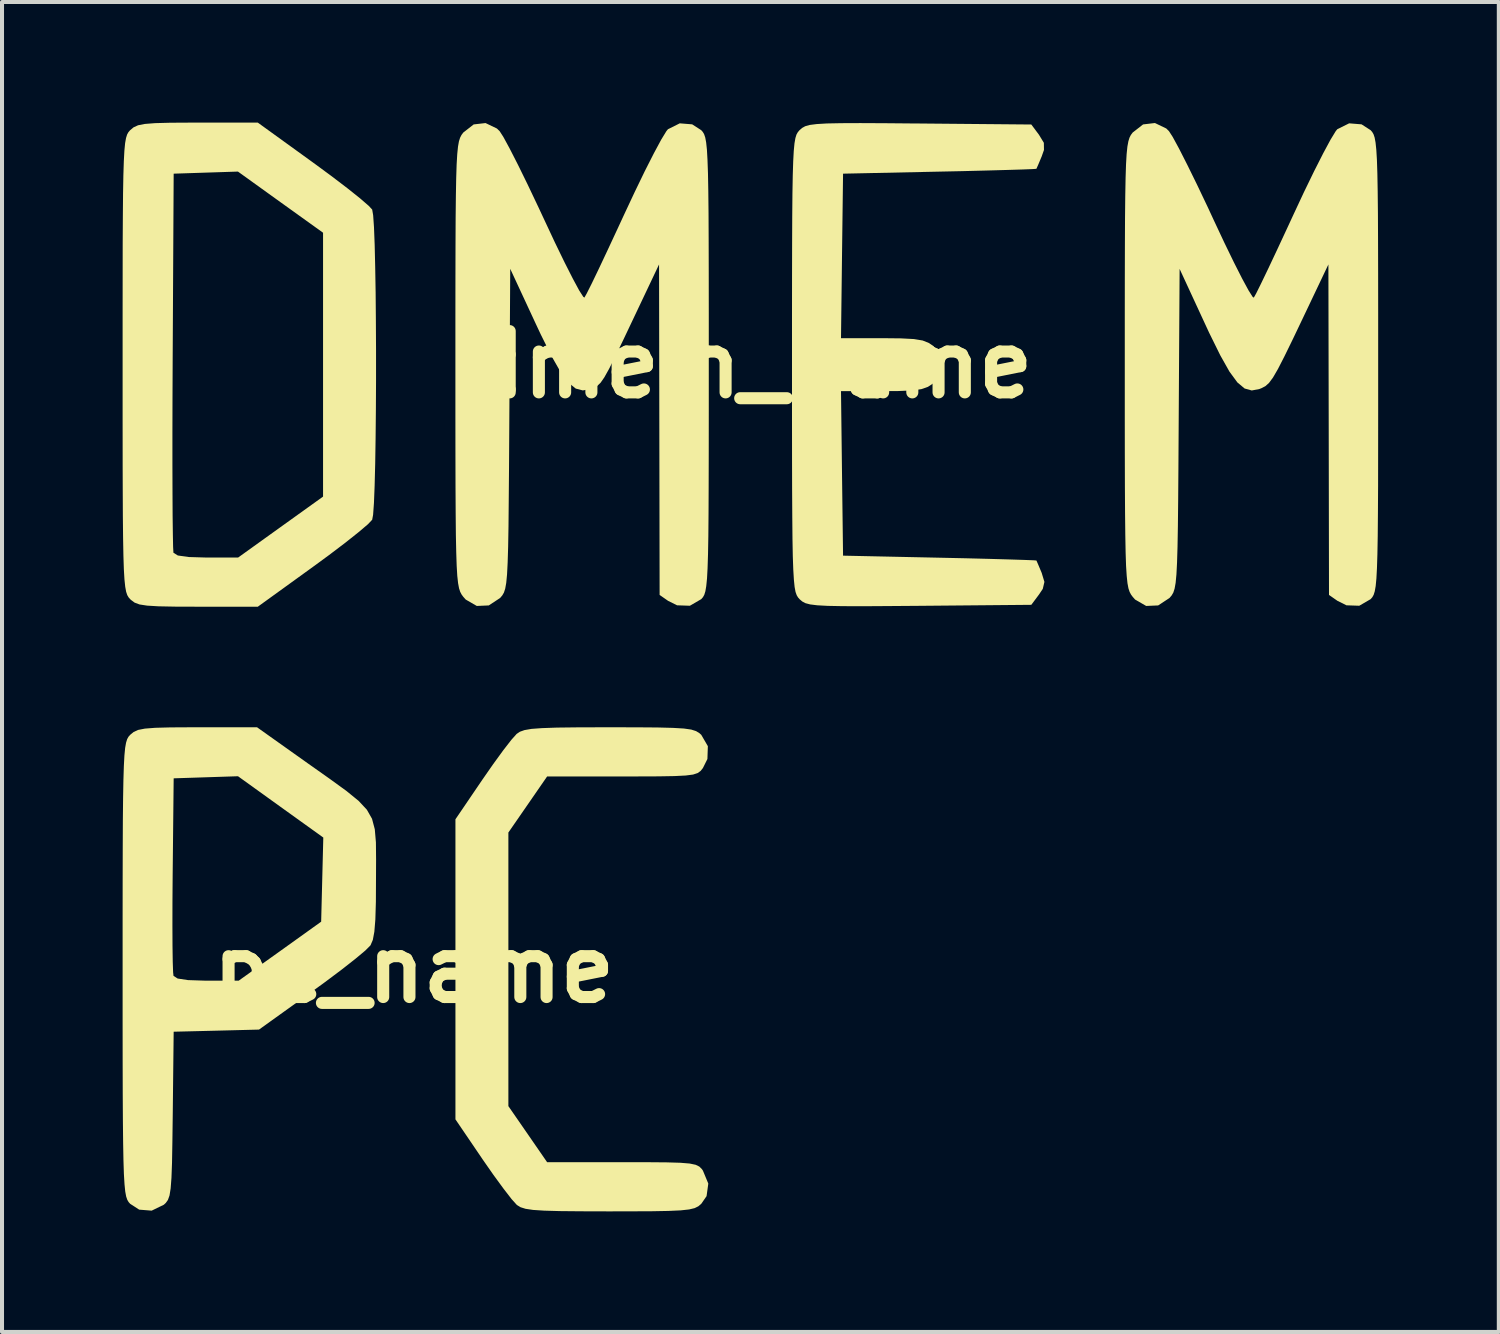
<source format=kicad_pcb>
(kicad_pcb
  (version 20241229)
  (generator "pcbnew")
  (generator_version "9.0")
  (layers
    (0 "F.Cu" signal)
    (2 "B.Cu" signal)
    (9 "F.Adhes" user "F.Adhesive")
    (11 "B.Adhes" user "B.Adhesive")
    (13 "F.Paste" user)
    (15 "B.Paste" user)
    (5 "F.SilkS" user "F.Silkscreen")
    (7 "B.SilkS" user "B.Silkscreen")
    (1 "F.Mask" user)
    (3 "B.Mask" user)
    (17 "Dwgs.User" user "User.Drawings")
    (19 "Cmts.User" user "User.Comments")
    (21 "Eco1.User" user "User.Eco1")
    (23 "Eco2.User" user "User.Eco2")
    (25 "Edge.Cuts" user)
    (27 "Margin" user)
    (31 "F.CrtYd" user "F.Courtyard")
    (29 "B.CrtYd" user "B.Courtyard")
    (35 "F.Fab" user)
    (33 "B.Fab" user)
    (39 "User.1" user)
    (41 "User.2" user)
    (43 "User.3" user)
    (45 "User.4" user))
  (footprint "pc_name"
    (layer "F.Cu")
    (at 7.244 21.062)
    (property "Reference" "pc_name" (at 0 0 0) (layer "F.SilkS") (effects (font (size 1.524 1.524) (thickness 0.3))))
    (attr board_only exclude_from_pos_files exclude_from_bom)
    (fp_poly (pts (xy 5.54 -6.02) (xy 6.062 -6.016) (xy 6.446 -6.006) (xy 6.717 -5.99) (xy 6.9 -5.964) (xy 7.02 -5.926) (xy 7.103 -5.875) (xy 7.15 -5.833) (xy 7.314 -5.551) (xy 7.303 -5.232) (xy 7.191 -5.007) (xy 7.135 -4.936) (xy 7.062 -4.883) (xy 6.947 -4.845) (xy 6.763 -4.821) (xy 6.483 -4.807) (xy 6.081 -4.8) (xy 5.532 -4.798) (xy 5.18 -4.798) (xy 3.316 -4.798) (xy 2.834 -4.1) (xy 2.352 -3.403) (xy 2.352 3.403) (xy 2.834 4.1) (xy 3.316 4.798) (xy 5.18 4.798) (xy 5.817 4.798) (xy 6.292 4.802) (xy 6.631 4.812) (xy 6.862 4.831) (xy 7.01 4.862) (xy 7.101 4.906) (xy 7.163 4.967) (xy 7.191 5.007) (xy 7.325 5.33) (xy 7.282 5.642) (xy 7.15 5.833) (xy 7.078 5.894) (xy 6.986 5.94) (xy 6.848 5.973) (xy 6.638 5.996) (xy 6.333 6.01) (xy 5.906 6.018) (xy 5.333 6.02) (xy 4.855 6.021) (xy 4.163 6.019) (xy 3.634 6.014) (xy 3.243 6.003) (xy 2.967 5.985) (xy 2.779 5.957) (xy 2.655 5.918) (xy 2.57 5.866) (xy 2.558 5.856) (xy 2.432 5.716) (xy 2.231 5.456) (xy 1.98 5.113) (xy 1.708 4.723) (xy 1.701 4.712) (xy 1.035 3.732) (xy 1.035 -3.732) (xy 1.701 -4.712) (xy 1.973 -5.103) (xy 2.224 -5.448) (xy 2.428 -5.711) (xy 2.556 -5.854) (xy 2.558 -5.856) (xy 2.638 -5.91) (xy 2.753 -5.951) (xy 2.928 -5.981) (xy 3.188 -6) (xy 3.557 -6.013) (xy 4.06 -6.019) (xy 4.723 -6.021) (xy 4.855 -6.021)) (stroke (width 0) (type solid)) (fill yes) (layer "F.SilkS"))
    (fp_poly (pts (xy -2.632 -5.12) (xy -2.087 -4.735) (xy -1.674 -4.435) (xy -1.373 -4.19) (xy -1.168 -3.97) (xy -1.04 -3.745) (xy -0.971 -3.484) (xy -0.943 -3.158) (xy -0.939 -2.737) (xy -0.941 -2.273) (xy -0.944 -1.677) (xy -0.957 -1.241) (xy -0.982 -0.935) (xy -1.02 -0.732) (xy -1.075 -0.603) (xy -1.085 -0.589) (xy -1.207 -0.467) (xy -1.455 -0.26) (xy -1.799 0.01) (xy -2.211 0.319) (xy -2.54 0.558) (xy -3.851 1.499) (xy -4.912 1.526) (xy -5.974 1.552) (xy -5.997 3.622) (xy -6.006 4.299) (xy -6.015 4.812) (xy -6.029 5.188) (xy -6.049 5.45) (xy -6.077 5.625) (xy -6.117 5.737) (xy -6.17 5.811) (xy -6.219 5.856) (xy -6.521 6.003) (xy -6.832 5.978) (xy -7.056 5.833) (xy -7.095 5.789) (xy -7.128 5.733) (xy -7.156 5.65) (xy -7.179 5.525) (xy -7.197 5.344) (xy -7.212 5.092) (xy -7.223 4.756) (xy -7.231 4.319) (xy -7.237 3.769) (xy -7.241 3.09) (xy -7.243 2.269) (xy -7.244 1.289) (xy -7.244 0.138) (xy -7.244 0) (xy -7.244 -1.098) (xy -6.005 -1.098) (xy -6.003 -0.587) (xy -5.997 -0.188) (xy -5.988 0.072) (xy -5.978 0.163) (xy -5.875 0.229) (xy -5.618 0.268) (xy -5.191 0.282) (xy -5.144 0.282) (xy -4.356 0.282) (xy -3.33 -0.451) (xy -2.305 -1.185) (xy -2.252 -3.278) (xy -3.313 -4.04) (xy -4.374 -4.803) (xy -5.174 -4.777) (xy -5.974 -4.751) (xy -5.999 -2.353) (xy -6.004 -1.696) (xy -6.005 -1.098) (xy -7.244 -1.098) (xy -7.244 -1.171) (xy -7.243 -2.169) (xy -7.241 -3.007) (xy -7.238 -3.701) (xy -7.232 -4.265) (xy -7.224 -4.713) (xy -7.213 -5.06) (xy -7.199 -5.32) (xy -7.181 -5.508) (xy -7.158 -5.638) (xy -7.131 -5.725) (xy -7.099 -5.784) (xy -7.06 -5.828) (xy -7.056 -5.833) (xy -6.97 -5.904) (xy -6.858 -5.955) (xy -6.689 -5.988) (xy -6.432 -6.008) (xy -6.056 -6.018) (xy -5.529 -6.021) (xy -5.384 -6.021) (xy -3.9 -6.021)) (stroke (width 0) (type solid)) (fill yes) (layer "F.SilkS")))
  (footprint "dmem_name"
    (layer "F.Cu")
    (at 15.616 6.021)
    (property "Reference" "dmem_name" (at 0 0 0) (layer "F.SilkS") (effects (font (size 1.524 1.524) (thickness 0.3))))
    (attr board_only exclude_from_pos_files exclude_from_bom)
    (fp_poly (pts (xy -10.878 -5.027) (xy -10.429 -4.697) (xy -10.03 -4.393) (xy -9.709 -4.137) (xy -9.492 -3.949) (xy -9.408 -3.858) (xy -9.384 -3.72) (xy -9.363 -3.419) (xy -9.346 -2.981) (xy -9.333 -2.429) (xy -9.322 -1.791) (xy -9.316 -1.09) (xy -9.312 -0.353) (xy -9.312 0.397) (xy -9.316 1.133) (xy -9.323 1.831) (xy -9.333 2.465) (xy -9.347 3.01) (xy -9.364 3.441) (xy -9.385 3.733) (xy -9.408 3.858) (xy -9.512 3.968) (xy -9.744 4.165) (xy -10.076 4.429) (xy -10.482 4.737) (xy -10.878 5.027) (xy -12.253 6.021) (xy -13.747 6.021) (xy -14.314 6.019) (xy -14.724 6.011) (xy -15.007 5.994) (xy -15.195 5.965) (xy -15.318 5.919) (xy -15.407 5.853) (xy -15.428 5.833) (xy -15.467 5.789) (xy -15.5 5.733) (xy -15.528 5.65) (xy -15.551 5.525) (xy -15.57 5.344) (xy -15.585 5.092) (xy -15.596 4.756) (xy -15.604 4.319) (xy -15.61 3.769) (xy -15.613 3.09) (xy -15.615 2.483) (xy -14.377 2.483) (xy -14.375 3.181) (xy -14.372 3.767) (xy -14.366 4.224) (xy -14.36 4.533) (xy -14.352 4.674) (xy -14.35 4.68) (xy -14.242 4.747) (xy -13.972 4.785) (xy -13.528 4.798) (xy -13.524 4.798) (xy -12.743 4.798) (xy -11.687 4.04) (xy -10.63 3.282) (xy -10.63 -3.282) (xy -11.689 -4.042) (xy -12.747 -4.803) (xy -13.547 -4.777) (xy -14.346 -4.751) (xy -14.371 -0.094) (xy -14.375 0.827) (xy -14.377 1.692) (xy -14.377 2.483) (xy -15.615 2.483) (xy -15.615 2.269) (xy -15.616 1.289) (xy -15.616 0.138) (xy -15.616 0) (xy -15.616 -1.171) (xy -15.615 -2.169) (xy -15.614 -3.007) (xy -15.61 -3.701) (xy -15.605 -4.265) (xy -15.597 -4.713) (xy -15.586 -5.06) (xy -15.572 -5.32) (xy -15.554 -5.508) (xy -15.531 -5.638) (xy -15.504 -5.725) (xy -15.471 -5.784) (xy -15.433 -5.828) (xy -15.428 -5.833) (xy -15.343 -5.904) (xy -15.231 -5.955) (xy -15.063 -5.988) (xy -14.807 -6.008) (xy -14.432 -6.018) (xy -13.908 -6.021) (xy -13.747 -6.021) (xy -12.253 -6.021)) (stroke (width 0) (type solid)) (fill yes) (layer "F.SilkS"))
    (fp_poly (pts (xy 3.355 -6.006) (xy 4.142 -5.999) (xy 4.201 -5.999) (xy 6.988 -5.974) (xy 7.177 -5.721) (xy 7.3 -5.519) (xy 7.303 -5.341) (xy 7.246 -5.18) (xy 7.162 -4.979) (xy 7.116 -4.875) (xy 7.115 -4.872) (xy 7.021 -4.865) (xy 6.765 -4.855) (xy 6.371 -4.843) (xy 5.864 -4.829) (xy 5.269 -4.814) (xy 4.704 -4.802) (xy 2.305 -4.751) (xy 2.279 -2.705) (xy 2.254 -0.659) (xy 3.278 -0.659) (xy 3.746 -0.654) (xy 4.067 -0.637) (xy 4.285 -0.601) (xy 4.439 -0.539) (xy 4.55 -0.464) (xy 4.758 -0.202) (xy 4.798 0) (xy 4.707 0.297) (xy 4.55 0.464) (xy 4.416 0.552) (xy 4.253 0.609) (xy 4.022 0.641) (xy 3.678 0.656) (xy 3.278 0.659) (xy 2.254 0.659) (xy 2.279 2.705) (xy 2.305 4.751) (xy 4.704 4.802) (xy 5.354 4.816) (xy 5.938 4.831) (xy 6.431 4.845) (xy 6.808 4.857) (xy 7.044 4.866) (xy 7.115 4.872) (xy 7.155 4.963) (xy 7.237 5.158) (xy 7.246 5.18) (xy 7.314 5.404) (xy 7.273 5.578) (xy 7.177 5.721) (xy 6.988 5.974) (xy 4.201 5.999) (xy 3.403 6.005) (xy 2.772 6.009) (xy 2.286 6.007) (xy 1.924 6) (xy 1.665 5.986) (xy 1.487 5.964) (xy 1.369 5.933) (xy 1.29 5.891) (xy 1.228 5.838) (xy 1.224 5.834) (xy 1.185 5.79) (xy 1.152 5.735) (xy 1.123 5.653) (xy 1.1 5.529) (xy 1.082 5.35) (xy 1.067 5.102) (xy 1.055 4.768) (xy 1.047 4.336) (xy 1.042 3.79) (xy 1.038 3.116) (xy 1.036 2.299) (xy 1.035 1.325) (xy 1.035 0.18) (xy 1.035 0) (xy 1.035 -1.171) (xy 1.036 -2.169) (xy 1.038 -3.007) (xy 1.041 -3.701) (xy 1.046 -4.264) (xy 1.054 -4.712) (xy 1.065 -5.059) (xy 1.079 -5.319) (xy 1.097 -5.507) (xy 1.12 -5.638) (xy 1.147 -5.725) (xy 1.18 -5.783) (xy 1.218 -5.828) (xy 1.224 -5.834) (xy 1.286 -5.888) (xy 1.363 -5.931) (xy 1.477 -5.963) (xy 1.65 -5.985) (xy 1.903 -6) (xy 2.257 -6.007) (xy 2.734 -6.009)) (stroke (width 0) (type solid)) (fill yes) (layer "F.SilkS"))
    (fp_poly (pts (xy -6.305 -5.874) (xy -6.238 -5.809) (xy -6.145 -5.665) (xy -5.988 -5.376) (xy -5.781 -4.971) (xy -5.538 -4.475) (xy -5.273 -3.917) (xy -5.123 -3.596) (xy -4.861 -3.036) (xy -4.621 -2.542) (xy -4.416 -2.138) (xy -4.258 -1.845) (xy -4.157 -1.688) (xy -4.129 -1.668) (xy -4.071 -1.771) (xy -3.946 -2.02) (xy -3.768 -2.39) (xy -3.548 -2.857) (xy -3.298 -3.394) (xy -3.149 -3.716) (xy -2.88 -4.29) (xy -2.627 -4.813) (xy -2.401 -5.258) (xy -2.218 -5.598) (xy -2.09 -5.808) (xy -2.051 -5.856) (xy -1.757 -6.003) (xy -1.448 -5.978) (xy -1.223 -5.833) (xy -1.184 -5.789) (xy -1.151 -5.733) (xy -1.123 -5.65) (xy -1.1 -5.525) (xy -1.081 -5.344) (xy -1.067 -5.092) (xy -1.055 -4.756) (xy -1.047 -4.319) (xy -1.041 -3.769) (xy -1.038 -3.09) (xy -1.036 -2.269) (xy -1.035 -1.289) (xy -1.035 -0.138) (xy -1.035 0) (xy -1.035 1.171) (xy -1.036 2.169) (xy -1.038 3.007) (xy -1.041 3.701) (xy -1.046 4.265) (xy -1.054 4.713) (xy -1.065 5.06) (xy -1.079 5.32) (xy -1.098 5.508) (xy -1.12 5.638) (xy -1.147 5.725) (xy -1.18 5.784) (xy -1.218 5.828) (xy -1.223 5.833) (xy -1.505 5.997) (xy -1.824 5.986) (xy -2.049 5.874) (xy -2.258 5.728) (xy -2.265 1.617) (xy -2.272 -2.493) (xy -2.874 -1.223) (xy -3.15 -0.641) (xy -3.36 -0.205) (xy -3.516 0.106) (xy -3.634 0.317) (xy -3.726 0.449) (xy -3.807 0.527) (xy -3.89 0.573) (xy -3.978 0.605) (xy -4.168 0.641) (xy -4.344 0.595) (xy -4.523 0.45) (xy -4.718 0.189) (xy -4.943 -0.206) (xy -5.215 -0.753) (xy -5.344 -1.028) (xy -5.974 -2.384) (xy -5.998 1.602) (xy -6.004 2.571) (xy -6.011 3.371) (xy -6.017 4.017) (xy -6.026 4.528) (xy -6.038 4.922) (xy -6.053 5.215) (xy -6.073 5.426) (xy -6.099 5.572) (xy -6.131 5.67) (xy -6.171 5.739) (xy -6.219 5.796) (xy -6.226 5.804) (xy -6.507 5.989) (xy -6.806 6.002) (xy -7.081 5.843) (xy -7.143 5.773) (xy -7.184 5.717) (xy -7.218 5.652) (xy -7.247 5.564) (xy -7.271 5.436) (xy -7.291 5.255) (xy -7.306 5.006) (xy -7.317 4.673) (xy -7.326 4.243) (xy -7.331 3.699) (xy -7.335 3.028) (xy -7.337 2.214) (xy -7.338 1.243) (xy -7.338 0.1) (xy -7.338 0) (xy -7.338 -1.158) (xy -7.337 -2.142) (xy -7.335 -2.968) (xy -7.332 -3.65) (xy -7.326 -4.203) (xy -7.318 -4.642) (xy -7.307 -4.982) (xy -7.292 -5.238) (xy -7.273 -5.424) (xy -7.25 -5.555) (xy -7.221 -5.646) (xy -7.187 -5.713) (xy -7.146 -5.768) (xy -7.143 -5.773) (xy -6.883 -5.976) (xy -6.588 -6.01)) (stroke (width 0) (type solid)) (fill yes) (layer "F.SilkS"))
    (fp_poly (pts (xy 10.345 -5.875) (xy 10.412 -5.809) (xy 10.505 -5.665) (xy 10.662 -5.376) (xy 10.868 -4.971) (xy 11.111 -4.476) (xy 11.377 -3.918) (xy 11.526 -3.596) (xy 11.789 -3.036) (xy 12.029 -2.542) (xy 12.234 -2.138) (xy 12.393 -1.845) (xy 12.493 -1.687) (xy 12.522 -1.667) (xy 12.58 -1.77) (xy 12.704 -2.02) (xy 12.882 -2.39) (xy 13.102 -2.857) (xy 13.352 -3.394) (xy 13.501 -3.716) (xy 13.769 -4.29) (xy 14.023 -4.813) (xy 14.249 -5.258) (xy 14.432 -5.598) (xy 14.56 -5.808) (xy 14.599 -5.856) (xy 14.894 -6.003) (xy 15.203 -5.978) (xy 15.428 -5.833) (xy 15.467 -5.789) (xy 15.5 -5.733) (xy 15.528 -5.65) (xy 15.551 -5.525) (xy 15.57 -5.344) (xy 15.585 -5.092) (xy 15.596 -4.756) (xy 15.604 -4.319) (xy 15.61 -3.769) (xy 15.613 -3.09) (xy 15.615 -2.269) (xy 15.616 -1.289) (xy 15.616 -0.138) (xy 15.616 0) (xy 15.616 1.171) (xy 15.615 2.169) (xy 15.614 3.007) (xy 15.61 3.701) (xy 15.605 4.265) (xy 15.597 4.713) (xy 15.586 5.06) (xy 15.572 5.32) (xy 15.554 5.508) (xy 15.531 5.638) (xy 15.504 5.725) (xy 15.471 5.784) (xy 15.433 5.828) (xy 15.428 5.833) (xy 15.146 5.997) (xy 14.827 5.986) (xy 14.602 5.874) (xy 14.393 5.728) (xy 14.386 1.617) (xy 14.378 -2.493) (xy 13.774 -1.223) (xy 13.496 -0.64) (xy 13.283 -0.204) (xy 13.123 0.108) (xy 13 0.32) (xy 12.9 0.455) (xy 12.81 0.535) (xy 12.714 0.585) (xy 12.66 0.606) (xy 12.472 0.642) (xy 12.294 0.593) (xy 12.114 0.442) (xy 11.916 0.172) (xy 11.687 -0.235) (xy 11.411 -0.795) (xy 11.304 -1.026) (xy 10.677 -2.382) (xy 10.653 1.603) (xy 10.647 2.573) (xy 10.641 3.372) (xy 10.634 4.018) (xy 10.625 4.529) (xy 10.613 4.922) (xy 10.598 5.215) (xy 10.578 5.426) (xy 10.552 5.572) (xy 10.52 5.67) (xy 10.48 5.739) (xy 10.432 5.796) (xy 10.425 5.804) (xy 10.144 5.989) (xy 9.845 6.002) (xy 9.57 5.843) (xy 9.508 5.773) (xy 9.467 5.717) (xy 9.433 5.652) (xy 9.404 5.564) (xy 9.38 5.436) (xy 9.361 5.255) (xy 9.345 5.006) (xy 9.334 4.673) (xy 9.326 4.243) (xy 9.32 3.699) (xy 9.316 3.028) (xy 9.314 2.214) (xy 9.313 1.243) (xy 9.313 0.1) (xy 9.313 0) (xy 9.313 -1.158) (xy 9.314 -2.142) (xy 9.316 -2.968) (xy 9.319 -3.65) (xy 9.325 -4.203) (xy 9.333 -4.642) (xy 9.344 -4.982) (xy 9.359 -5.238) (xy 9.378 -5.424) (xy 9.402 -5.555) (xy 9.43 -5.646) (xy 9.464 -5.713) (xy 9.505 -5.768) (xy 9.508 -5.773) (xy 9.768 -5.976) (xy 10.063 -6.011)) (stroke (width 0) (type solid)) (fill yes) (layer "F.SilkS")))
  (gr_rect
    (start -3 -3)
    (end 34.233 30.083)
    (stroke (width 0.1) (type default))
    (fill no)
    (layer "Edge.Cuts")))
</source>
